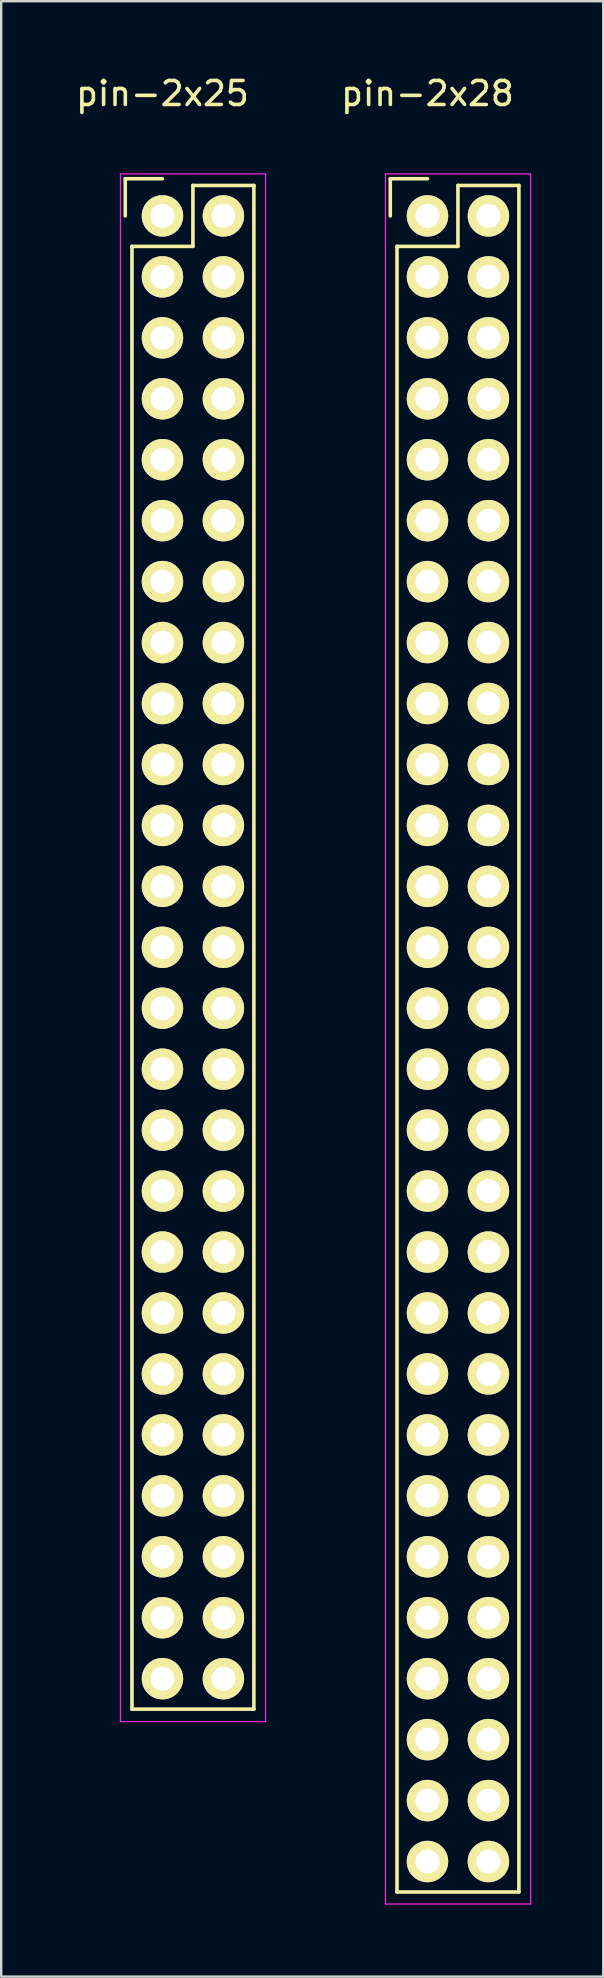
<source format=kicad_pcb>
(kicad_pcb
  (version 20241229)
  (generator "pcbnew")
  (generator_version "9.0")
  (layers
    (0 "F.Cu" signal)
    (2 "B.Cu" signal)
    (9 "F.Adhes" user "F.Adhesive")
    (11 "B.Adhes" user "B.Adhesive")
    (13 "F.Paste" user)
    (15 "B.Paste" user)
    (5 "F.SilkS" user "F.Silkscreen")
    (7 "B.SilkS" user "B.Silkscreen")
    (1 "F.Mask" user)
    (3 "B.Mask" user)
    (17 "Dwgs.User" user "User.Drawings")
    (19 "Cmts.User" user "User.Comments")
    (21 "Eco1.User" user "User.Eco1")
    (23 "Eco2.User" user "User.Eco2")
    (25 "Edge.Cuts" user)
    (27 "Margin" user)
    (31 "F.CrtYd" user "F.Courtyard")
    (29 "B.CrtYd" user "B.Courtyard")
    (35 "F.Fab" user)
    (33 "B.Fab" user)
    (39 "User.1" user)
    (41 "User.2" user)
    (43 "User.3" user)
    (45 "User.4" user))
  (footprint "pin-2x28"
    (layer "F.Cu")
    (at 14.765 5.948)
    (property "Reference" "pin-2x28" (at 0 -5.1 0) (layer "F.SilkS") (effects (font (size 1 1) (thickness 0.15))))
    (attr through_hole)
    (fp_line (start -1.55 -1.55) (end -1.55 0) (stroke (width 0.15) (type solid)) (layer "F.SilkS"))
    (fp_line (start -1.27 1.27) (end -1.27 69.85) (stroke (width 0.15) (type solid)) (layer "F.SilkS"))
    (fp_line (start 0 -1.55) (end -1.55 -1.55) (stroke (width 0.15) (type solid)) (layer "F.SilkS"))
    (fp_line (start 1.27 -1.27) (end 1.27 1.27) (stroke (width 0.15) (type solid)) (layer "F.SilkS"))
    (fp_line (start 1.27 1.27) (end -1.27 1.27) (stroke (width 0.15) (type solid)) (layer "F.SilkS"))
    (fp_line (start 3.81 -1.27) (end 1.27 -1.27) (stroke (width 0.15) (type solid)) (layer "F.SilkS"))
    (fp_line (start 3.81 -1.27) (end 3.81 69.85) (stroke (width 0.15) (type solid)) (layer "F.SilkS"))
    (fp_line (start 3.81 69.85) (end -1.27 69.85) (stroke (width 0.15) (type solid)) (layer "F.SilkS"))
    (fp_line (start -1.75 -1.75) (end -1.75 70.35) (stroke (width 0.05) (type solid)) (layer "F.CrtYd"))
    (fp_line (start -1.75 -1.75) (end 4.3 -1.75) (stroke (width 0.05) (type solid)) (layer "F.CrtYd"))
    (fp_line (start -1.75 70.35) (end 4.3 70.35) (stroke (width 0.05) (type solid)) (layer "F.CrtYd"))
    (fp_line (start 4.3 -1.75) (end 4.3 70.35) (stroke (width 0.05) (type solid)) (layer "F.CrtYd"))
    (pad "1" thru_hole oval (at 0 0) (size 1.727 1.727) (drill 1) (layers "*.Cu" "*.Mask" "F.SilkS"))
    (pad "2" thru_hole oval (at 2.54 0) (size 1.727 1.727) (drill 1) (layers "*.Cu" "*.Mask" "F.SilkS"))
    (pad "3" thru_hole oval (at 0 2.54) (size 1.727 1.727) (drill 1) (layers "*.Cu" "*.Mask" "F.SilkS"))
    (pad "4" thru_hole oval (at 2.54 2.54) (size 1.727 1.727) (drill 1) (layers "*.Cu" "*.Mask" "F.SilkS"))
    (pad "5" thru_hole oval (at 0 5.08) (size 1.727 1.727) (drill 1) (layers "*.Cu" "*.Mask" "F.SilkS"))
    (pad "6" thru_hole oval (at 2.54 5.08) (size 1.727 1.727) (drill 1) (layers "*.Cu" "*.Mask" "F.SilkS"))
    (pad "7" thru_hole oval (at 0 7.62) (size 1.727 1.727) (drill 1) (layers "*.Cu" "*.Mask" "F.SilkS"))
    (pad "8" thru_hole oval (at 2.54 7.62) (size 1.727 1.727) (drill 1) (layers "*.Cu" "*.Mask" "F.SilkS"))
    (pad "9" thru_hole oval (at 0 10.16) (size 1.727 1.727) (drill 1) (layers "*.Cu" "*.Mask" "F.SilkS"))
    (pad "10" thru_hole oval (at 2.54 10.16) (size 1.727 1.727) (drill 1) (layers "*.Cu" "*.Mask" "F.SilkS"))
    (pad "11" thru_hole oval (at 0 12.7) (size 1.727 1.727) (drill 1) (layers "*.Cu" "*.Mask" "F.SilkS"))
    (pad "12" thru_hole oval (at 2.54 12.7) (size 1.727 1.727) (drill 1) (layers "*.Cu" "*.Mask" "F.SilkS"))
    (pad "13" thru_hole oval (at 0 15.24) (size 1.727 1.727) (drill 1) (layers "*.Cu" "*.Mask" "F.SilkS"))
    (pad "14" thru_hole oval (at 2.54 15.24) (size 1.727 1.727) (drill 1) (layers "*.Cu" "*.Mask" "F.SilkS"))
    (pad "15" thru_hole oval (at 0 17.78) (size 1.727 1.727) (drill 1) (layers "*.Cu" "*.Mask" "F.SilkS"))
    (pad "16" thru_hole oval (at 2.54 17.78) (size 1.727 1.727) (drill 1) (layers "*.Cu" "*.Mask" "F.SilkS"))
    (pad "17" thru_hole oval (at 0 20.32) (size 1.727 1.727) (drill 1) (layers "*.Cu" "*.Mask" "F.SilkS"))
    (pad "18" thru_hole oval (at 2.54 20.32) (size 1.727 1.727) (drill 1) (layers "*.Cu" "*.Mask" "F.SilkS"))
    (pad "19" thru_hole oval (at 0 22.86) (size 1.727 1.727) (drill 1) (layers "*.Cu" "*.Mask" "F.SilkS"))
    (pad "20" thru_hole oval (at 2.54 22.86) (size 1.727 1.727) (drill 1) (layers "*.Cu" "*.Mask" "F.SilkS"))
    (pad "21" thru_hole oval (at 0 25.4) (size 1.727 1.727) (drill 1) (layers "*.Cu" "*.Mask" "F.SilkS"))
    (pad "22" thru_hole oval (at 2.54 25.4) (size 1.727 1.727) (drill 1) (layers "*.Cu" "*.Mask" "F.SilkS"))
    (pad "23" thru_hole oval (at 0 27.94) (size 1.727 1.727) (drill 1) (layers "*.Cu" "*.Mask" "F.SilkS"))
    (pad "24" thru_hole oval (at 2.54 27.94) (size 1.727 1.727) (drill 1) (layers "*.Cu" "*.Mask" "F.SilkS"))
    (pad "25" thru_hole oval (at 0 30.48) (size 1.727 1.727) (drill 1) (layers "*.Cu" "*.Mask" "F.SilkS"))
    (pad "26" thru_hole oval (at 2.54 30.48) (size 1.727 1.727) (drill 1) (layers "*.Cu" "*.Mask" "F.SilkS"))
    (pad "27" thru_hole oval (at 0 33.02) (size 1.727 1.727) (drill 1) (layers "*.Cu" "*.Mask" "F.SilkS"))
    (pad "28" thru_hole oval (at 2.54 33.02) (size 1.727 1.727) (drill 1) (layers "*.Cu" "*.Mask" "F.SilkS"))
    (pad "29" thru_hole oval (at 0 35.56) (size 1.727 1.727) (drill 1) (layers "*.Cu" "*.Mask" "F.SilkS"))
    (pad "30" thru_hole oval (at 2.54 35.56) (size 1.727 1.727) (drill 1) (layers "*.Cu" "*.Mask" "F.SilkS"))
    (pad "31" thru_hole oval (at 0 38.1) (size 1.727 1.727) (drill 1) (layers "*.Cu" "*.Mask" "F.SilkS"))
    (pad "32" thru_hole oval (at 2.54 38.1) (size 1.727 1.727) (drill 1) (layers "*.Cu" "*.Mask" "F.SilkS"))
    (pad "33" thru_hole oval (at 0 40.64) (size 1.727 1.727) (drill 1) (layers "*.Cu" "*.Mask" "F.SilkS"))
    (pad "34" thru_hole oval (at 2.54 40.64) (size 1.727 1.727) (drill 1) (layers "*.Cu" "*.Mask" "F.SilkS"))
    (pad "35" thru_hole oval (at 0 43.18) (size 1.727 1.727) (drill 1) (layers "*.Cu" "*.Mask" "F.SilkS"))
    (pad "36" thru_hole oval (at 2.54 43.18) (size 1.727 1.727) (drill 1) (layers "*.Cu" "*.Mask" "F.SilkS"))
    (pad "37" thru_hole oval (at 0 45.72) (size 1.727 1.727) (drill 1) (layers "*.Cu" "*.Mask" "F.SilkS"))
    (pad "38" thru_hole oval (at 2.54 45.72) (size 1.727 1.727) (drill 1) (layers "*.Cu" "*.Mask" "F.SilkS"))
    (pad "39" thru_hole oval (at 0 48.26) (size 1.727 1.727) (drill 1) (layers "*.Cu" "*.Mask" "F.SilkS"))
    (pad "40" thru_hole oval (at 2.54 48.26) (size 1.727 1.727) (drill 1) (layers "*.Cu" "*.Mask" "F.SilkS"))
    (pad "41" thru_hole oval (at 0 50.8) (size 1.727 1.727) (drill 1) (layers "*.Cu" "*.Mask" "F.SilkS"))
    (pad "42" thru_hole oval (at 2.54 50.8) (size 1.727 1.727) (drill 1) (layers "*.Cu" "*.Mask" "F.SilkS"))
    (pad "43" thru_hole oval (at 0 53.34) (size 1.727 1.727) (drill 1) (layers "*.Cu" "*.Mask" "F.SilkS"))
    (pad "44" thru_hole oval (at 2.54 53.34) (size 1.727 1.727) (drill 1) (layers "*.Cu" "*.Mask" "F.SilkS"))
    (pad "45" thru_hole oval (at 0 55.88) (size 1.727 1.727) (drill 1) (layers "*.Cu" "*.Mask" "F.SilkS"))
    (pad "46" thru_hole oval (at 2.54 55.88) (size 1.727 1.727) (drill 1) (layers "*.Cu" "*.Mask" "F.SilkS"))
    (pad "47" thru_hole oval (at 0 58.42) (size 1.727 1.727) (drill 1) (layers "*.Cu" "*.Mask" "F.SilkS"))
    (pad "48" thru_hole oval (at 2.54 58.42) (size 1.727 1.727) (drill 1) (layers "*.Cu" "*.Mask" "F.SilkS"))
    (pad "49" thru_hole oval (at 0 60.96) (size 1.727 1.727) (drill 1) (layers "*.Cu" "*.Mask" "F.SilkS"))
    (pad "50" thru_hole oval (at 2.54 60.96) (size 1.727 1.727) (drill 1) (layers "*.Cu" "*.Mask" "F.SilkS"))
    (pad "51" thru_hole oval (at 0 63.5) (size 1.727 1.727) (drill 1) (layers "*.Cu" "*.Mask" "F.SilkS"))
    (pad "52" thru_hole oval (at 2.54 63.5) (size 1.727 1.727) (drill 1) (layers "*.Cu" "*.Mask" "F.SilkS"))
    (pad "53" thru_hole oval (at 0 66.04) (size 1.727 1.727) (drill 1) (layers "*.Cu" "*.Mask" "F.SilkS"))
    (pad "54" thru_hole oval (at 2.54 66.04) (size 1.727 1.727) (drill 1) (layers "*.Cu" "*.Mask" "F.SilkS"))
    (pad "55" thru_hole oval (at 0 68.58) (size 1.727 1.727) (drill 1) (layers "*.Cu" "*.Mask" "F.SilkS"))
    (pad "56" thru_hole oval (at 2.54 68.58) (size 1.727 1.727) (drill 1) (layers "*.Cu" "*.Mask" "F.SilkS")))
  (footprint "pin-2x25"
    (layer "F.Cu")
    (at 3.72 5.948)
    (property "Reference" "pin-2x25" (at 0 -5.1 0) (layer "F.SilkS") (effects (font (size 1 1) (thickness 0.15))))
    (attr through_hole)
    (fp_line (start -1.55 -1.55) (end -1.55 0) (stroke (width 0.15) (type solid)) (layer "F.SilkS"))
    (fp_line (start -1.27 1.27) (end -1.27 62.23) (stroke (width 0.15) (type solid)) (layer "F.SilkS"))
    (fp_line (start 0 -1.55) (end -1.55 -1.55) (stroke (width 0.15) (type solid)) (layer "F.SilkS"))
    (fp_line (start 1.27 -1.27) (end 1.27 1.27) (stroke (width 0.15) (type solid)) (layer "F.SilkS"))
    (fp_line (start 1.27 1.27) (end -1.27 1.27) (stroke (width 0.15) (type solid)) (layer "F.SilkS"))
    (fp_line (start 3.81 -1.27) (end 1.27 -1.27) (stroke (width 0.15) (type solid)) (layer "F.SilkS"))
    (fp_line (start 3.81 62.23) (end -1.27 62.23) (stroke (width 0.15) (type solid)) (layer "F.SilkS"))
    (fp_line (start 3.81 62.23) (end 3.81 -1.27) (stroke (width 0.15) (type solid)) (layer "F.SilkS"))
    (fp_line (start -1.75 -1.75) (end -1.75 62.75) (stroke (width 0.05) (type solid)) (layer "F.CrtYd"))
    (fp_line (start -1.75 -1.75) (end 4.3 -1.75) (stroke (width 0.05) (type solid)) (layer "F.CrtYd"))
    (fp_line (start -1.75 62.75) (end 4.3 62.75) (stroke (width 0.05) (type solid)) (layer "F.CrtYd"))
    (fp_line (start 4.3 -1.75) (end 4.3 62.75) (stroke (width 0.05) (type solid)) (layer "F.CrtYd"))
    (pad "1" thru_hole oval (at 0 0) (size 1.727 1.727) (drill 1) (layers "*.Cu" "*.Mask" "F.SilkS"))
    (pad "2" thru_hole oval (at 2.54 0) (size 1.727 1.727) (drill 1) (layers "*.Cu" "*.Mask" "F.SilkS"))
    (pad "3" thru_hole oval (at 0 2.54) (size 1.727 1.727) (drill 1) (layers "*.Cu" "*.Mask" "F.SilkS"))
    (pad "4" thru_hole oval (at 2.54 2.54) (size 1.727 1.727) (drill 1) (layers "*.Cu" "*.Mask" "F.SilkS"))
    (pad "5" thru_hole oval (at 0 5.08) (size 1.727 1.727) (drill 1) (layers "*.Cu" "*.Mask" "F.SilkS"))
    (pad "6" thru_hole oval (at 2.54 5.08) (size 1.727 1.727) (drill 1) (layers "*.Cu" "*.Mask" "F.SilkS"))
    (pad "7" thru_hole oval (at 0 7.62) (size 1.727 1.727) (drill 1) (layers "*.Cu" "*.Mask" "F.SilkS"))
    (pad "8" thru_hole oval (at 2.54 7.62) (size 1.727 1.727) (drill 1) (layers "*.Cu" "*.Mask" "F.SilkS"))
    (pad "9" thru_hole oval (at 0 10.16) (size 1.727 1.727) (drill 1) (layers "*.Cu" "*.Mask" "F.SilkS"))
    (pad "10" thru_hole oval (at 2.54 10.16) (size 1.727 1.727) (drill 1) (layers "*.Cu" "*.Mask" "F.SilkS"))
    (pad "11" thru_hole oval (at 0 12.7) (size 1.727 1.727) (drill 1) (layers "*.Cu" "*.Mask" "F.SilkS"))
    (pad "12" thru_hole oval (at 2.54 12.7) (size 1.727 1.727) (drill 1) (layers "*.Cu" "*.Mask" "F.SilkS"))
    (pad "13" thru_hole oval (at 0 15.24) (size 1.727 1.727) (drill 1) (layers "*.Cu" "*.Mask" "F.SilkS"))
    (pad "14" thru_hole oval (at 2.54 15.24) (size 1.727 1.727) (drill 1) (layers "*.Cu" "*.Mask" "F.SilkS"))
    (pad "15" thru_hole oval (at 0 17.78) (size 1.727 1.727) (drill 1) (layers "*.Cu" "*.Mask" "F.SilkS"))
    (pad "16" thru_hole oval (at 2.54 17.78) (size 1.727 1.727) (drill 1) (layers "*.Cu" "*.Mask" "F.SilkS"))
    (pad "17" thru_hole oval (at 0 20.32) (size 1.727 1.727) (drill 1) (layers "*.Cu" "*.Mask" "F.SilkS"))
    (pad "18" thru_hole oval (at 2.54 20.32) (size 1.727 1.727) (drill 1) (layers "*.Cu" "*.Mask" "F.SilkS"))
    (pad "19" thru_hole oval (at 0 22.86) (size 1.727 1.727) (drill 1) (layers "*.Cu" "*.Mask" "F.SilkS"))
    (pad "20" thru_hole oval (at 2.54 22.86) (size 1.727 1.727) (drill 1) (layers "*.Cu" "*.Mask" "F.SilkS"))
    (pad "21" thru_hole oval (at 0 25.4) (size 1.727 1.727) (drill 1) (layers "*.Cu" "*.Mask" "F.SilkS"))
    (pad "22" thru_hole oval (at 2.54 25.4) (size 1.727 1.727) (drill 1) (layers "*.Cu" "*.Mask" "F.SilkS"))
    (pad "23" thru_hole oval (at 0 27.94) (size 1.727 1.727) (drill 1) (layers "*.Cu" "*.Mask" "F.SilkS"))
    (pad "24" thru_hole oval (at 2.54 27.94) (size 1.727 1.727) (drill 1) (layers "*.Cu" "*.Mask" "F.SilkS"))
    (pad "25" thru_hole oval (at 0 30.48) (size 1.727 1.727) (drill 1) (layers "*.Cu" "*.Mask" "F.SilkS"))
    (pad "26" thru_hole oval (at 2.54 30.48) (size 1.727 1.727) (drill 1) (layers "*.Cu" "*.Mask" "F.SilkS"))
    (pad "27" thru_hole oval (at 0 33.02) (size 1.727 1.727) (drill 1) (layers "*.Cu" "*.Mask" "F.SilkS"))
    (pad "28" thru_hole oval (at 2.54 33.02) (size 1.727 1.727) (drill 1) (layers "*.Cu" "*.Mask" "F.SilkS"))
    (pad "29" thru_hole oval (at 0 35.56) (size 1.727 1.727) (drill 1) (layers "*.Cu" "*.Mask" "F.SilkS"))
    (pad "30" thru_hole oval (at 2.54 35.56) (size 1.727 1.727) (drill 1) (layers "*.Cu" "*.Mask" "F.SilkS"))
    (pad "31" thru_hole oval (at 0 38.1) (size 1.727 1.727) (drill 1) (layers "*.Cu" "*.Mask" "F.SilkS"))
    (pad "32" thru_hole oval (at 2.54 38.1) (size 1.727 1.727) (drill 1) (layers "*.Cu" "*.Mask" "F.SilkS"))
    (pad "33" thru_hole oval (at 0 40.64) (size 1.727 1.727) (drill 1) (layers "*.Cu" "*.Mask" "F.SilkS"))
    (pad "34" thru_hole oval (at 2.54 40.64) (size 1.727 1.727) (drill 1) (layers "*.Cu" "*.Mask" "F.SilkS"))
    (pad "35" thru_hole oval (at 0 43.18) (size 1.727 1.727) (drill 1) (layers "*.Cu" "*.Mask" "F.SilkS"))
    (pad "36" thru_hole oval (at 2.54 43.18) (size 1.727 1.727) (drill 1) (layers "*.Cu" "*.Mask" "F.SilkS"))
    (pad "37" thru_hole oval (at 0 45.72) (size 1.727 1.727) (drill 1) (layers "*.Cu" "*.Mask" "F.SilkS"))
    (pad "38" thru_hole oval (at 2.54 45.72) (size 1.727 1.727) (drill 1) (layers "*.Cu" "*.Mask" "F.SilkS"))
    (pad "39" thru_hole oval (at 0 48.26) (size 1.727 1.727) (drill 1) (layers "*.Cu" "*.Mask" "F.SilkS"))
    (pad "40" thru_hole oval (at 2.54 48.26) (size 1.727 1.727) (drill 1) (layers "*.Cu" "*.Mask" "F.SilkS"))
    (pad "41" thru_hole oval (at 0 50.8) (size 1.727 1.727) (drill 1) (layers "*.Cu" "*.Mask" "F.SilkS"))
    (pad "42" thru_hole oval (at 2.54 50.8) (size 1.727 1.727) (drill 1) (layers "*.Cu" "*.Mask" "F.SilkS"))
    (pad "43" thru_hole oval (at 0 53.34) (size 1.727 1.727) (drill 1) (layers "*.Cu" "*.Mask" "F.SilkS"))
    (pad "44" thru_hole oval (at 2.54 53.34) (size 1.727 1.727) (drill 1) (layers "*.Cu" "*.Mask" "F.SilkS"))
    (pad "45" thru_hole oval (at 0 55.88) (size 1.727 1.727) (drill 1) (layers "*.Cu" "*.Mask" "F.SilkS"))
    (pad "46" thru_hole oval (at 2.54 55.88) (size 1.727 1.727) (drill 1) (layers "*.Cu" "*.Mask" "F.SilkS"))
    (pad "47" thru_hole oval (at 0 58.42) (size 1.727 1.727) (drill 1) (layers "*.Cu" "*.Mask" "F.SilkS"))
    (pad "48" thru_hole oval (at 2.54 58.42) (size 1.727 1.727) (drill 1) (layers "*.Cu" "*.Mask" "F.SilkS"))
    (pad "49" thru_hole oval (at 0 60.96) (size 1.727 1.727) (drill 1) (layers "*.Cu" "*.Mask" "F.SilkS"))
    (pad "50" thru_hole oval (at 2.54 60.96) (size 1.727 1.727) (drill 1) (layers "*.Cu" "*.Mask" "F.SilkS")))
  (gr_rect
    (start -3 -3)
    (end 22.09 79.323)
    (stroke (width 0.1) (type default))
    (fill no)
    (layer "Edge.Cuts")))
</source>
